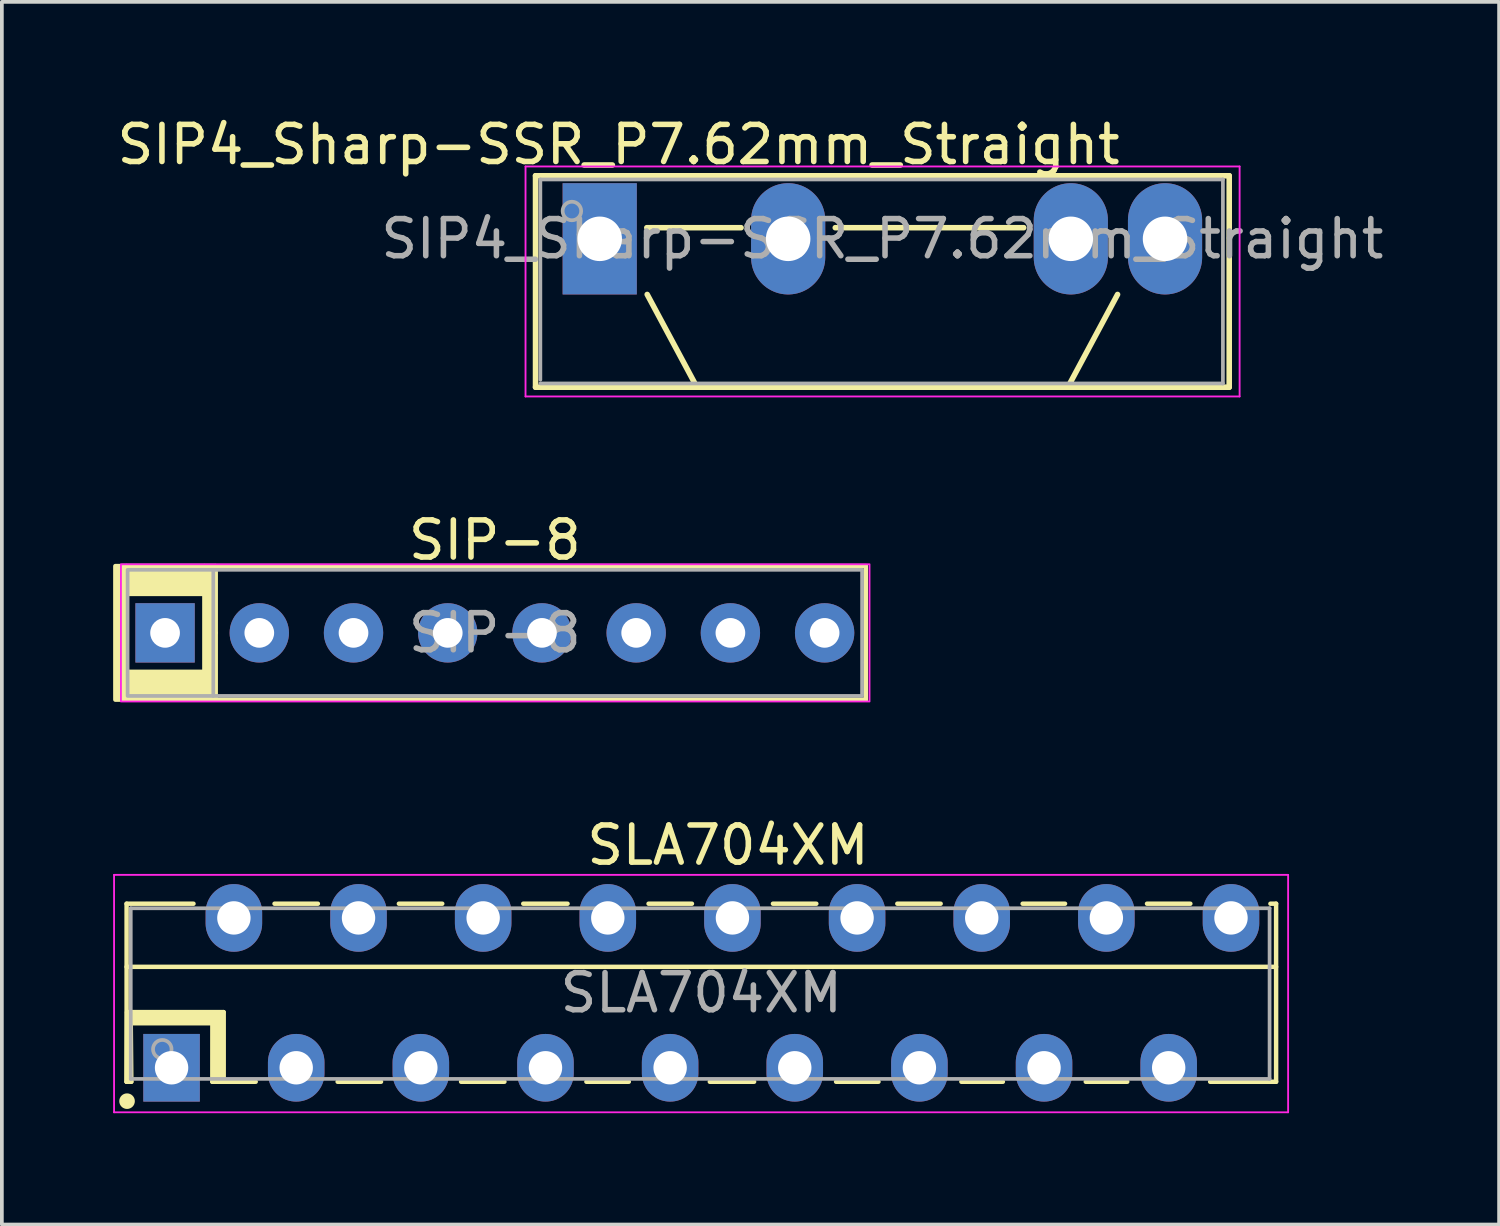
<source format=kicad_pcb>
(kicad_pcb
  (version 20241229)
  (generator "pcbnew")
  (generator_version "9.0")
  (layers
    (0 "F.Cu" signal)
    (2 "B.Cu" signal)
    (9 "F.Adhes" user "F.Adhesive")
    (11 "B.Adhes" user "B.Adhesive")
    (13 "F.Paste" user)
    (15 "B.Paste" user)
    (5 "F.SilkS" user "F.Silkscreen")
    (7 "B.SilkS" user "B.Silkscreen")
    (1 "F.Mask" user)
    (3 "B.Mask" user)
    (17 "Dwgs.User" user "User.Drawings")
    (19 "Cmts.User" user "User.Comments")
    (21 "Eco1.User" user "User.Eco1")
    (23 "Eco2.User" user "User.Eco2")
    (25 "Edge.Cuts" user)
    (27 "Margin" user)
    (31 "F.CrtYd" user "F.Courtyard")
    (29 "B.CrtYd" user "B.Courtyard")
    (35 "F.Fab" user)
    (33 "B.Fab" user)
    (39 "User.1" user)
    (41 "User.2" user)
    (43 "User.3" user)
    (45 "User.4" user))
  (footprint "SLA704XM"
    (layer "F.Cu")
    (at 1.575 25.735)
    (property "Reference" "SLA704XM" (at 15 -6 0) (layer "F.SilkS") (effects (font (size 1 1) (thickness 0.15))))
    (attr through_hole)
    (fp_line (start -1.212 -4.423) (end 0.591 -4.423) (stroke (width 0.12) (type solid)) (layer "F.SilkS"))
    (fp_line (start -1.212 -2.721) (end 29.776 -2.721) (stroke (width 0.12) (type solid)) (layer "F.SilkS"))
    (fp_line (start -1.212 0.377) (end -1.212 -4.423) (stroke (width 0.12) (type solid)) (layer "F.SilkS"))
    (fp_line (start -1.212 0.377) (end -1.085 0.377) (stroke (width 0.12) (type solid)) (layer "F.SilkS"))
    (fp_line (start -1.2 -1.5) (end 1.4 -1.5) (stroke (width 0.12) (type solid)) (layer "F.SilkS"))
    (fp_line (start 1.099 0.377) (end 2.268 0.377) (stroke (width 0.12) (type solid)) (layer "F.SilkS"))
    (fp_line (start 1.4 -1.5) (end 1.4 0.377) (stroke (width 0.12) (type solid)) (layer "F.SilkS"))
    (fp_line (start 2.776 -4.423) (end 3.944 -4.423) (stroke (width 0.12) (type solid)) (layer "F.SilkS"))
    (fp_line (start 4.477 0.377) (end 5.646 0.377) (stroke (width 0.12) (type solid)) (layer "F.SilkS"))
    (fp_line (start 6.128 -4.423) (end 7.297 -4.423) (stroke (width 0.12) (type solid)) (layer "F.SilkS"))
    (fp_line (start 7.805 0.377) (end 8.973 0.377) (stroke (width 0.12) (type solid)) (layer "F.SilkS"))
    (fp_line (start 9.481 -4.423) (end 10.675 -4.423) (stroke (width 0.12) (type solid)) (layer "F.SilkS"))
    (fp_line (start 11.183 0.377) (end 12.326 0.377) (stroke (width 0.12) (type solid)) (layer "F.SilkS"))
    (fp_line (start 12.859 -4.423) (end 14.028 -4.423) (stroke (width 0.12) (type solid)) (layer "F.SilkS"))
    (fp_line (start 14.51 0.377) (end 15.704 0.377) (stroke (width 0.12) (type solid)) (layer "F.SilkS"))
    (fp_line (start 16.212 -4.423) (end 17.381 -4.423) (stroke (width 0.12) (type solid)) (layer "F.SilkS"))
    (fp_line (start 17.914 0.377) (end 19.057 0.377) (stroke (width 0.12) (type solid)) (layer "F.SilkS"))
    (fp_line (start 19.565 -4.423) (end 20.733 -4.423) (stroke (width 0.12) (type solid)) (layer "F.SilkS"))
    (fp_line (start 21.292 0.377) (end 22.41 0.377) (stroke (width 0.12) (type solid)) (layer "F.SilkS"))
    (fp_line (start 22.943 -4.423) (end 24.086 -4.423) (stroke (width 0.12) (type solid)) (layer "F.SilkS"))
    (fp_line (start 24.645 0.377) (end 25.763 0.377) (stroke (width 0.12) (type solid)) (layer "F.SilkS"))
    (fp_line (start 26.296 -4.423) (end 27.464 -4.423) (stroke (width 0.12) (type solid)) (layer "F.SilkS"))
    (fp_line (start 29.623 -4.423) (end 29.776 -4.423) (stroke (width 0.12) (type solid)) (layer "F.SilkS"))
    (fp_line (start 29.776 -4.423) (end 29.776 0.377) (stroke (width 0.12) (type solid)) (layer "F.SilkS"))
    (fp_line (start 29.776 0.377) (end 27.998 0.377) (stroke (width 0.12) (type solid)) (layer "F.SilkS"))
    (fp_circle (center -1.2 0.9) (end -1.05 0.9) (stroke (width 0.12) (type solid)) (fill yes) (layer "F.SilkS"))
    (fp_poly (pts (xy 1.4 0.377) (xy 1.099 0.377) (xy 1.1 -1.2) (xy -1.1 -1.2) (xy -1.085 0.377) (xy -1.212 0.377) (xy -1.2 -1.5) (xy 1.4 -1.5)) (stroke (width 0.12) (type solid)) (fill yes) (layer "F.SilkS"))
    (fp_line (start -1.55 -5.2) (end 30.1 -5.2) (stroke (width 0.05) (type solid)) (layer "F.CrtYd"))
    (fp_line (start -1.55 1.2) (end -1.55 -5.2) (stroke (width 0.05) (type solid)) (layer "F.CrtYd"))
    (fp_line (start 30.1 -5.2) (end 30.1 1.2) (stroke (width 0.05) (type solid)) (layer "F.CrtYd"))
    (fp_line (start 30.1 1.2) (end -1.55 1.2) (stroke (width 0.05) (type solid)) (layer "F.CrtYd"))
    (fp_line (start -1.1 -4.3) (end 29.6 -4.3) (stroke (width 0.1) (type solid)) (layer "F.Fab"))
    (fp_line (start -1.1 0.3) (end -1.1 -4.3) (stroke (width 0.1) (type solid)) (layer "F.Fab"))
    (fp_line (start 29.6 -4.3) (end 29.6 0.3) (stroke (width 0.1) (type solid)) (layer "F.Fab"))
    (fp_line (start 29.6 0.3) (end -1.1 0.3) (stroke (width 0.1) (type solid)) (layer "F.Fab"))
    (fp_circle (center -0.25 -0.5) (end 0 -0.5) (stroke (width 0.1) (type solid)) (fill no) (layer "F.Fab"))
    (fp_text user "${REFERENCE}" (at 14.28 -2.02 0) (layer "F.Fab") (effects (font (size 1 1) (thickness 0.15))))
    (pad "1" thru_hole rect (at 0 0) (size 1.524 1.824) (drill 0.9) (layers "*.Cu" "*.Mask"))
    (pad "2" thru_hole oval (at 1.68 -4.04) (size 1.524 1.824) (drill 0.9) (layers "*.Cu" "*.Mask"))
    (pad "3" thru_hole oval (at 3.36 0) (size 1.524 1.824) (drill 0.9) (layers "*.Cu" "*.Mask"))
    (pad "4" thru_hole oval (at 5.04 -4.04) (size 1.524 1.824) (drill 0.9) (layers "*.Cu" "*.Mask"))
    (pad "5" thru_hole oval (at 6.72 0) (size 1.524 1.824) (drill 0.9) (layers "*.Cu" "*.Mask"))
    (pad "6" thru_hole oval (at 8.4 -4.04) (size 1.524 1.824) (drill 0.9) (layers "*.Cu" "*.Mask"))
    (pad "7" thru_hole oval (at 10.08 0) (size 1.524 1.824) (drill 0.9) (layers "*.Cu" "*.Mask"))
    (pad "8" thru_hole oval (at 11.76 -4.04) (size 1.524 1.824) (drill 0.9) (layers "*.Cu" "*.Mask"))
    (pad "9" thru_hole oval (at 13.44 0) (size 1.524 1.824) (drill 0.9) (layers "*.Cu" "*.Mask"))
    (pad "10" thru_hole oval (at 15.12 -4.04) (size 1.524 1.824) (drill 0.9) (layers "*.Cu" "*.Mask"))
    (pad "11" thru_hole oval (at 16.8 0) (size 1.524 1.824) (drill 0.9) (layers "*.Cu" "*.Mask"))
    (pad "12" thru_hole oval (at 18.48 -4.04) (size 1.524 1.824) (drill 0.9) (layers "*.Cu" "*.Mask"))
    (pad "13" thru_hole oval (at 20.16 0) (size 1.524 1.824) (drill 0.9) (layers "*.Cu" "*.Mask"))
    (pad "14" thru_hole oval (at 21.84 -4.04) (size 1.524 1.824) (drill 0.9) (layers "*.Cu" "*.Mask"))
    (pad "15" thru_hole oval (at 23.52 0) (size 1.524 1.824) (drill 0.9) (layers "*.Cu" "*.Mask"))
    (pad "16" thru_hole oval (at 25.2 -4.04) (size 1.524 1.824) (drill 0.9) (layers "*.Cu" "*.Mask"))
    (pad "17" thru_hole oval (at 26.88 0) (size 1.524 1.824) (drill 0.9) (layers "*.Cu" "*.Mask"))
    (pad "18" thru_hole oval (at 28.56 -4.04) (size 1.524 1.824) (drill 0.9) (layers "*.Cu" "*.Mask")))
  (footprint "SIP4_Sharp-SSR_P7.62mm_Straight"
    (layer "F.Cu")
    (at 13.117 3.388)
    (property "Reference" "SIP4_Sharp-SSR_P7.62mm_Straight" (at 0.508 -2.54 0) (layer "F.SilkS") (effects (font (size 1 1) (thickness 0.15))))
    (attr through_hole)
    (fp_line (start -1.73 -1.7) (end 16.97 -1.7) (stroke (width 0.15) (type solid)) (layer "F.SilkS"))
    (fp_line (start -1.73 4) (end -1.73 -1.7) (stroke (width 0.15) (type solid)) (layer "F.SilkS"))
    (fp_line (start 1.27 -0.3) (end 3.81 -0.3) (stroke (width 0.15) (type solid)) (layer "F.SilkS"))
    (fp_line (start 2.62 4) (end 1.28 1.5) (stroke (width 0.15) (type solid)) (layer "F.SilkS"))
    (fp_line (start 6.35 -0.3) (end 11.43 -0.3) (stroke (width 0.15) (type solid)) (layer "F.SilkS"))
    (fp_line (start 12.62 4) (end 13.96 1.5) (stroke (width 0.15) (type solid)) (layer "F.SilkS"))
    (fp_line (start 16.97 -1.7) (end 16.97 4) (stroke (width 0.15) (type solid)) (layer "F.SilkS"))
    (fp_line (start 16.97 4) (end -1.73 4) (stroke (width 0.15) (type solid)) (layer "F.SilkS"))
    (fp_line (start -2 -1.95) (end 17.25 -1.95) (stroke (width 0.05) (type solid)) (layer "F.CrtYd"))
    (fp_line (start -2 4.25) (end -2 -1.95) (stroke (width 0.05) (type solid)) (layer "F.CrtYd"))
    (fp_line (start 17.25 -1.95) (end 17.25 4.25) (stroke (width 0.05) (type solid)) (layer "F.CrtYd"))
    (fp_line (start 17.25 4.25) (end -2 4.25) (stroke (width 0.05) (type solid)) (layer "F.CrtYd"))
    (fp_line (start -1.6 -1.6) (end -1.6 3.8) (stroke (width 0.1) (type solid)) (layer "F.Fab"))
    (fp_line (start -1.6 3.9) (end 16.8 3.9) (stroke (width 0.1) (type solid)) (layer "F.Fab"))
    (fp_line (start 16.8 -1.6) (end -1.6 -1.6) (stroke (width 0.1) (type solid)) (layer "F.Fab"))
    (fp_line (start 16.8 3.9) (end 16.8 -1.6) (stroke (width 0.1) (type solid)) (layer "F.Fab"))
    (fp_circle (center -0.75 -0.75) (end -0.5 -0.75) (stroke (width 0.1) (type solid)) (fill no) (layer "F.Fab"))
    (fp_text user "${REFERENCE}" (at 7.62 0 0) (layer "F.Fab") (effects (font (size 1 1) (thickness 0.15))))
    (pad "1" thru_hole rect (at 0 0) (size 2 3) (drill 1.2) (layers "*.Cu" "*.Mask"))
    (pad "2" thru_hole oval (at 5.08 0) (size 2 3) (drill 1.2) (layers "*.Cu" "*.Mask"))
    (pad "3" thru_hole oval (at 12.7 0) (size 2 3) (drill 1.2) (layers "*.Cu" "*.Mask"))
    (pad "4" thru_hole oval (at 15.24 0) (size 2 3) (drill 1.2) (layers "*.Cu" "*.Mask")))
  (footprint "SIP-8"
    (layer "F.Cu")
    (at 1.4 14.011)
    (property "Reference" "SIP-8" (at 8.89 -2.5 0) (layer "F.SilkS") (effects (font (size 1 1) (thickness 0.15))))
    (attr through_hole)
    (fp_line (start -1.14 -1.8) (end -1.14 -1.3) (stroke (width 0.12) (type solid)) (layer "F.SilkS"))
    (fp_line (start -1.14 -1.8) (end 18.89 -1.8) (stroke (width 0.12) (type solid)) (layer "F.SilkS"))
    (fp_line (start -1.14 1.8) (end -1.14 -1.3) (stroke (width 0.12) (type solid)) (layer "F.SilkS"))
    (fp_line (start 1.36 0) (end 1.36 -1.8) (stroke (width 0.12) (type solid)) (layer "F.SilkS"))
    (fp_line (start 1.36 0) (end 1.36 1.8) (stroke (width 0.12) (type solid)) (layer "F.SilkS"))
    (fp_line (start 18.89 -1.8) (end 18.89 0.8) (stroke (width 0.12) (type solid)) (layer "F.SilkS"))
    (fp_line (start 18.89 0.8) (end 18.89 1.8) (stroke (width 0.12) (type solid)) (layer "F.SilkS"))
    (fp_line (start 18.89 1.8) (end -1.14 1.8) (stroke (width 0.12) (type solid)) (layer "F.SilkS"))
    (fp_rect (start -1.34 -1.8) (end -1.04 1.8) (stroke (width 0.12) (type solid)) (fill yes) (layer "F.SilkS"))
    (fp_rect (start -1.04 -1.8) (end 1.06 -1.05) (stroke (width 0.12) (type solid)) (fill yes) (layer "F.SilkS"))
    (fp_rect (start -1.04 1.05) (end 1.06 1.8) (stroke (width 0.12) (type solid)) (fill yes) (layer "F.SilkS"))
    (fp_rect (start 1.06 -1.8) (end 1.36 1.8) (stroke (width 0.12) (type solid)) (fill yes) (layer "F.SilkS"))
    (fp_rect (start -1.19 -1.85) (end 18.99 1.85) (stroke (width 0.05) (type solid)) (fill no) (layer "F.CrtYd"))
    (fp_line (start 1.3 -1.7) (end 1.3 1.7) (stroke (width 0.1) (type solid)) (layer "F.Fab"))
    (fp_rect (start -1.01 -1.7) (end 18.79 1.7) (stroke (width 0.1) (type solid)) (fill no) (layer "F.Fab"))
    (fp_text user "${REFERENCE}" (at 8.89 0 0) (layer "F.Fab") (effects (font (size 1 1) (thickness 0.15))))
    (pad "1" thru_hole rect (at 0 0 90) (size 1.6 1.6) (drill 0.8) (layers "*.Cu" "*.Mask"))
    (pad "2" thru_hole circle (at 2.54 0 90) (size 1.6 1.6) (drill 0.8) (layers "*.Cu" "*.Mask"))
    (pad "3" thru_hole circle (at 5.08 0 90) (size 1.6 1.6) (drill 0.8) (layers "*.Cu" "*.Mask"))
    (pad "4" thru_hole circle (at 7.62 0 90) (size 1.6 1.6) (drill 0.8) (layers "*.Cu" "*.Mask"))
    (pad "5" thru_hole circle (at 10.16 0 90) (size 1.6 1.6) (drill 0.8) (layers "*.Cu" "*.Mask"))
    (pad "6" thru_hole circle (at 12.7 0 90) (size 1.6 1.6) (drill 0.8) (layers "*.Cu" "*.Mask"))
    (pad "7" thru_hole circle (at 15.24 0 90) (size 1.6 1.6) (drill 0.8) (layers "*.Cu" "*.Mask"))
    (pad "8" thru_hole circle (at 17.78 0 90) (size 1.6 1.6) (drill 0.8) (layers "*.Cu" "*.Mask")))
  (gr_rect
    (start -3 -3)
    (end 37.362 29.96)
    (stroke (width 0.1) (type default))
    (fill no)
    (layer "Edge.Cuts")))
</source>
